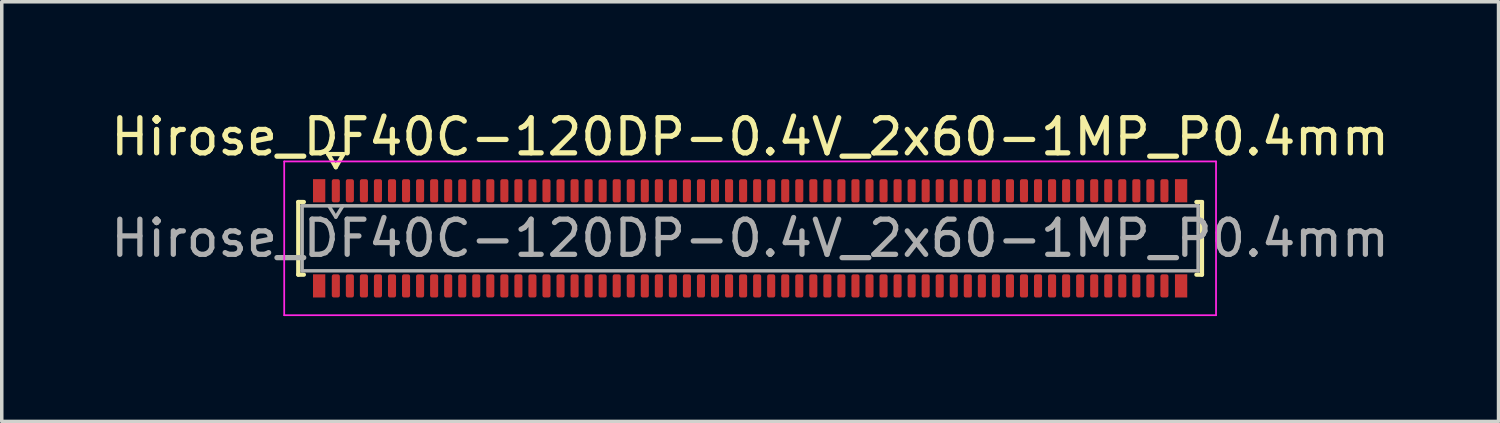
<source format=kicad_pcb>
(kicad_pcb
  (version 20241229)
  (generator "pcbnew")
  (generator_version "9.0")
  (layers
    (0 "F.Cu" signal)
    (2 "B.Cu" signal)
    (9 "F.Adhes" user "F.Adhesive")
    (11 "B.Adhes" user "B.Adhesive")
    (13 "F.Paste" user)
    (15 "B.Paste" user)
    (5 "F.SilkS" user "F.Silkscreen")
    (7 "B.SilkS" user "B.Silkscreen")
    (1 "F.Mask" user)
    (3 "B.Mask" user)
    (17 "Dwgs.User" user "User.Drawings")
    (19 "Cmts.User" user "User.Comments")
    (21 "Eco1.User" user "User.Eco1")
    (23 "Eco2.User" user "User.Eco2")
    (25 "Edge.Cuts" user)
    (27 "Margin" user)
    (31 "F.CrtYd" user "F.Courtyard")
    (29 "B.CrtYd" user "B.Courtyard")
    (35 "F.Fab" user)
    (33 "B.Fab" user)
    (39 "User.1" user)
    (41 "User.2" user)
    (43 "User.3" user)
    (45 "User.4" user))
  (footprint "Hirose_DF40C-120DP-0.4V_2x60-1MP_P0.4mm"
    (layer "F.Cu")
    (at 18.315 3.738)
    (property "Reference" "Hirose_DF40C-120DP-0.4V_2x60-1MP_P0.4mm" (at 0 -2.89 0) (layer "F.SilkS") (effects (font (size 1 1) (thickness 0.15))))
    (attr smd)
    (fp_line (start -12.87 -1.035) (end -12.71 -1.035) (stroke (width 0.12) (type solid)) (layer "F.SilkS"))
    (fp_line (start -12.87 1.035) (end -12.87 -1.035) (stroke (width 0.12) (type solid)) (layer "F.SilkS"))
    (fp_line (start -12.71 1.035) (end -12.87 1.035) (stroke (width 0.12) (type solid)) (layer "F.SilkS"))
    (fp_line (start -12.017 -2.4) (end -11.8 -2.025) (stroke (width 0.12) (type solid)) (layer "F.SilkS"))
    (fp_line (start -11.8 -2.025) (end -11.583 -2.4) (stroke (width 0.12) (type solid)) (layer "F.SilkS"))
    (fp_line (start -11.583 -2.4) (end -12.017 -2.4) (stroke (width 0.12) (type solid)) (layer "F.SilkS"))
    (fp_line (start 12.71 -1.035) (end 12.87 -1.035) (stroke (width 0.12) (type solid)) (layer "F.SilkS"))
    (fp_line (start 12.87 -1.035) (end 12.87 1.035) (stroke (width 0.12) (type solid)) (layer "F.SilkS"))
    (fp_line (start 12.87 1.035) (end 12.71 1.035) (stroke (width 0.12) (type solid)) (layer "F.SilkS"))
    (fp_line (start -13.27 -2.19) (end -13.27 2.19) (stroke (width 0.05) (type solid)) (layer "F.CrtYd"))
    (fp_line (start -13.27 2.19) (end 13.27 2.19) (stroke (width 0.05) (type solid)) (layer "F.CrtYd"))
    (fp_line (start 13.27 -2.19) (end -13.27 -2.19) (stroke (width 0.05) (type solid)) (layer "F.CrtYd"))
    (fp_line (start 13.27 2.19) (end 13.27 -2.19) (stroke (width 0.05) (type solid)) (layer "F.CrtYd"))
    (fp_line (start -12.76 -0.925) (end 12.76 -0.925) (stroke (width 0.1) (type solid)) (layer "F.Fab"))
    (fp_line (start -12.76 0.925) (end -12.76 -0.925) (stroke (width 0.1) (type solid)) (layer "F.Fab"))
    (fp_line (start -12 -0.925) (end -11.8 -0.605) (stroke (width 0.1) (type solid)) (layer "F.Fab"))
    (fp_line (start -11.8 -0.605) (end -11.6 -0.925) (stroke (width 0.1) (type solid)) (layer "F.Fab"))
    (fp_line (start 12.76 -0.925) (end 12.76 0.925) (stroke (width 0.1) (type solid)) (layer "F.Fab"))
    (fp_line (start 12.76 0.925) (end -12.76 0.925) (stroke (width 0.1) (type solid)) (layer "F.Fab"))
    (fp_text user "${REFERENCE}" (at 0 0 0) (layer "F.Fab") (effects (font (size 1 1) (thickness 0.15))))
    (pad "1" smd roundrect (at -11.8 -1.355) (size 0.23 0.66) (layers "F.Cu" "F.Mask" "F.Paste") (roundrect_rratio 0.25))
    (pad "2" smd roundrect (at -11.8 1.355) (size 0.23 0.66) (layers "F.Cu" "F.Mask" "F.Paste") (roundrect_rratio 0.25))
    (pad "3" smd roundrect (at -11.4 -1.355) (size 0.23 0.66) (layers "F.Cu" "F.Mask" "F.Paste") (roundrect_rratio 0.25))
    (pad "4" smd roundrect (at -11.4 1.355) (size 0.23 0.66) (layers "F.Cu" "F.Mask" "F.Paste") (roundrect_rratio 0.25))
    (pad "5" smd roundrect (at -11 -1.355) (size 0.23 0.66) (layers "F.Cu" "F.Mask" "F.Paste") (roundrect_rratio 0.25))
    (pad "6" smd roundrect (at -11 1.355) (size 0.23 0.66) (layers "F.Cu" "F.Mask" "F.Paste") (roundrect_rratio 0.25))
    (pad "7" smd roundrect (at -10.6 -1.355) (size 0.23 0.66) (layers "F.Cu" "F.Mask" "F.Paste") (roundrect_rratio 0.25))
    (pad "8" smd roundrect (at -10.6 1.355) (size 0.23 0.66) (layers "F.Cu" "F.Mask" "F.Paste") (roundrect_rratio 0.25))
    (pad "9" smd roundrect (at -10.2 -1.355) (size 0.23 0.66) (layers "F.Cu" "F.Mask" "F.Paste") (roundrect_rratio 0.25))
    (pad "10" smd roundrect (at -10.2 1.355) (size 0.23 0.66) (layers "F.Cu" "F.Mask" "F.Paste") (roundrect_rratio 0.25))
    (pad "11" smd roundrect (at -9.8 -1.355) (size 0.23 0.66) (layers "F.Cu" "F.Mask" "F.Paste") (roundrect_rratio 0.25))
    (pad "12" smd roundrect (at -9.8 1.355) (size 0.23 0.66) (layers "F.Cu" "F.Mask" "F.Paste") (roundrect_rratio 0.25))
    (pad "13" smd roundrect (at -9.4 -1.355) (size 0.23 0.66) (layers "F.Cu" "F.Mask" "F.Paste") (roundrect_rratio 0.25))
    (pad "14" smd roundrect (at -9.4 1.355) (size 0.23 0.66) (layers "F.Cu" "F.Mask" "F.Paste") (roundrect_rratio 0.25))
    (pad "15" smd roundrect (at -9 -1.355) (size 0.23 0.66) (layers "F.Cu" "F.Mask" "F.Paste") (roundrect_rratio 0.25))
    (pad "16" smd roundrect (at -9 1.355) (size 0.23 0.66) (layers "F.Cu" "F.Mask" "F.Paste") (roundrect_rratio 0.25))
    (pad "17" smd roundrect (at -8.6 -1.355) (size 0.23 0.66) (layers "F.Cu" "F.Mask" "F.Paste") (roundrect_rratio 0.25))
    (pad "18" smd roundrect (at -8.6 1.355) (size 0.23 0.66) (layers "F.Cu" "F.Mask" "F.Paste") (roundrect_rratio 0.25))
    (pad "19" smd roundrect (at -8.2 -1.355) (size 0.23 0.66) (layers "F.Cu" "F.Mask" "F.Paste") (roundrect_rratio 0.25))
    (pad "20" smd roundrect (at -8.2 1.355) (size 0.23 0.66) (layers "F.Cu" "F.Mask" "F.Paste") (roundrect_rratio 0.25))
    (pad "21" smd roundrect (at -7.8 -1.355) (size 0.23 0.66) (layers "F.Cu" "F.Mask" "F.Paste") (roundrect_rratio 0.25))
    (pad "22" smd roundrect (at -7.8 1.355) (size 0.23 0.66) (layers "F.Cu" "F.Mask" "F.Paste") (roundrect_rratio 0.25))
    (pad "23" smd roundrect (at -7.4 -1.355) (size 0.23 0.66) (layers "F.Cu" "F.Mask" "F.Paste") (roundrect_rratio 0.25))
    (pad "24" smd roundrect (at -7.4 1.355) (size 0.23 0.66) (layers "F.Cu" "F.Mask" "F.Paste") (roundrect_rratio 0.25))
    (pad "25" smd roundrect (at -7 -1.355) (size 0.23 0.66) (layers "F.Cu" "F.Mask" "F.Paste") (roundrect_rratio 0.25))
    (pad "26" smd roundrect (at -7 1.355) (size 0.23 0.66) (layers "F.Cu" "F.Mask" "F.Paste") (roundrect_rratio 0.25))
    (pad "27" smd roundrect (at -6.6 -1.355) (size 0.23 0.66) (layers "F.Cu" "F.Mask" "F.Paste") (roundrect_rratio 0.25))
    (pad "28" smd roundrect (at -6.6 1.355) (size 0.23 0.66) (layers "F.Cu" "F.Mask" "F.Paste") (roundrect_rratio 0.25))
    (pad "29" smd roundrect (at -6.2 -1.355) (size 0.23 0.66) (layers "F.Cu" "F.Mask" "F.Paste") (roundrect_rratio 0.25))
    (pad "30" smd roundrect (at -6.2 1.355) (size 0.23 0.66) (layers "F.Cu" "F.Mask" "F.Paste") (roundrect_rratio 0.25))
    (pad "31" smd roundrect (at -5.8 -1.355) (size 0.23 0.66) (layers "F.Cu" "F.Mask" "F.Paste") (roundrect_rratio 0.25))
    (pad "32" smd roundrect (at -5.8 1.355) (size 0.23 0.66) (layers "F.Cu" "F.Mask" "F.Paste") (roundrect_rratio 0.25))
    (pad "33" smd roundrect (at -5.4 -1.355) (size 0.23 0.66) (layers "F.Cu" "F.Mask" "F.Paste") (roundrect_rratio 0.25))
    (pad "34" smd roundrect (at -5.4 1.355) (size 0.23 0.66) (layers "F.Cu" "F.Mask" "F.Paste") (roundrect_rratio 0.25))
    (pad "35" smd roundrect (at -5 -1.355) (size 0.23 0.66) (layers "F.Cu" "F.Mask" "F.Paste") (roundrect_rratio 0.25))
    (pad "36" smd roundrect (at -5 1.355) (size 0.23 0.66) (layers "F.Cu" "F.Mask" "F.Paste") (roundrect_rratio 0.25))
    (pad "37" smd roundrect (at -4.6 -1.355) (size 0.23 0.66) (layers "F.Cu" "F.Mask" "F.Paste") (roundrect_rratio 0.25))
    (pad "38" smd roundrect (at -4.6 1.355) (size 0.23 0.66) (layers "F.Cu" "F.Mask" "F.Paste") (roundrect_rratio 0.25))
    (pad "39" smd roundrect (at -4.2 -1.355) (size 0.23 0.66) (layers "F.Cu" "F.Mask" "F.Paste") (roundrect_rratio 0.25))
    (pad "40" smd roundrect (at -4.2 1.355) (size 0.23 0.66) (layers "F.Cu" "F.Mask" "F.Paste") (roundrect_rratio 0.25))
    (pad "41" smd roundrect (at -3.8 -1.355) (size 0.23 0.66) (layers "F.Cu" "F.Mask" "F.Paste") (roundrect_rratio 0.25))
    (pad "42" smd roundrect (at -3.8 1.355) (size 0.23 0.66) (layers "F.Cu" "F.Mask" "F.Paste") (roundrect_rratio 0.25))
    (pad "43" smd roundrect (at -3.4 -1.355) (size 0.23 0.66) (layers "F.Cu" "F.Mask" "F.Paste") (roundrect_rratio 0.25))
    (pad "44" smd roundrect (at -3.4 1.355) (size 0.23 0.66) (layers "F.Cu" "F.Mask" "F.Paste") (roundrect_rratio 0.25))
    (pad "45" smd roundrect (at -3 -1.355) (size 0.23 0.66) (layers "F.Cu" "F.Mask" "F.Paste") (roundrect_rratio 0.25))
    (pad "46" smd roundrect (at -3 1.355) (size 0.23 0.66) (layers "F.Cu" "F.Mask" "F.Paste") (roundrect_rratio 0.25))
    (pad "47" smd roundrect (at -2.6 -1.355) (size 0.23 0.66) (layers "F.Cu" "F.Mask" "F.Paste") (roundrect_rratio 0.25))
    (pad "48" smd roundrect (at -2.6 1.355) (size 0.23 0.66) (layers "F.Cu" "F.Mask" "F.Paste") (roundrect_rratio 0.25))
    (pad "49" smd roundrect (at -2.2 -1.355) (size 0.23 0.66) (layers "F.Cu" "F.Mask" "F.Paste") (roundrect_rratio 0.25))
    (pad "50" smd roundrect (at -2.2 1.355) (size 0.23 0.66) (layers "F.Cu" "F.Mask" "F.Paste") (roundrect_rratio 0.25))
    (pad "51" smd roundrect (at -1.8 -1.355) (size 0.23 0.66) (layers "F.Cu" "F.Mask" "F.Paste") (roundrect_rratio 0.25))
    (pad "52" smd roundrect (at -1.8 1.355) (size 0.23 0.66) (layers "F.Cu" "F.Mask" "F.Paste") (roundrect_rratio 0.25))
    (pad "53" smd roundrect (at -1.4 -1.355) (size 0.23 0.66) (layers "F.Cu" "F.Mask" "F.Paste") (roundrect_rratio 0.25))
    (pad "54" smd roundrect (at -1.4 1.355) (size 0.23 0.66) (layers "F.Cu" "F.Mask" "F.Paste") (roundrect_rratio 0.25))
    (pad "55" smd roundrect (at -1 -1.355) (size 0.23 0.66) (layers "F.Cu" "F.Mask" "F.Paste") (roundrect_rratio 0.25))
    (pad "56" smd roundrect (at -1 1.355) (size 0.23 0.66) (layers "F.Cu" "F.Mask" "F.Paste") (roundrect_rratio 0.25))
    (pad "57" smd roundrect (at -0.6 -1.355) (size 0.23 0.66) (layers "F.Cu" "F.Mask" "F.Paste") (roundrect_rratio 0.25))
    (pad "58" smd roundrect (at -0.6 1.355) (size 0.23 0.66) (layers "F.Cu" "F.Mask" "F.Paste") (roundrect_rratio 0.25))
    (pad "59" smd roundrect (at -0.2 -1.355) (size 0.23 0.66) (layers "F.Cu" "F.Mask" "F.Paste") (roundrect_rratio 0.25))
    (pad "60" smd roundrect (at -0.2 1.355) (size 0.23 0.66) (layers "F.Cu" "F.Mask" "F.Paste") (roundrect_rratio 0.25))
    (pad "61" smd roundrect (at 0.2 -1.355) (size 0.23 0.66) (layers "F.Cu" "F.Mask" "F.Paste") (roundrect_rratio 0.25))
    (pad "62" smd roundrect (at 0.2 1.355) (size 0.23 0.66) (layers "F.Cu" "F.Mask" "F.Paste") (roundrect_rratio 0.25))
    (pad "63" smd roundrect (at 0.6 -1.355) (size 0.23 0.66) (layers "F.Cu" "F.Mask" "F.Paste") (roundrect_rratio 0.25))
    (pad "64" smd roundrect (at 0.6 1.355) (size 0.23 0.66) (layers "F.Cu" "F.Mask" "F.Paste") (roundrect_rratio 0.25))
    (pad "65" smd roundrect (at 1 -1.355) (size 0.23 0.66) (layers "F.Cu" "F.Mask" "F.Paste") (roundrect_rratio 0.25))
    (pad "66" smd roundrect (at 1 1.355) (size 0.23 0.66) (layers "F.Cu" "F.Mask" "F.Paste") (roundrect_rratio 0.25))
    (pad "67" smd roundrect (at 1.4 -1.355) (size 0.23 0.66) (layers "F.Cu" "F.Mask" "F.Paste") (roundrect_rratio 0.25))
    (pad "68" smd roundrect (at 1.4 1.355) (size 0.23 0.66) (layers "F.Cu" "F.Mask" "F.Paste") (roundrect_rratio 0.25))
    (pad "69" smd roundrect (at 1.8 -1.355) (size 0.23 0.66) (layers "F.Cu" "F.Mask" "F.Paste") (roundrect_rratio 0.25))
    (pad "70" smd roundrect (at 1.8 1.355) (size 0.23 0.66) (layers "F.Cu" "F.Mask" "F.Paste") (roundrect_rratio 0.25))
    (pad "71" smd roundrect (at 2.2 -1.355) (size 0.23 0.66) (layers "F.Cu" "F.Mask" "F.Paste") (roundrect_rratio 0.25))
    (pad "72" smd roundrect (at 2.2 1.355) (size 0.23 0.66) (layers "F.Cu" "F.Mask" "F.Paste") (roundrect_rratio 0.25))
    (pad "73" smd roundrect (at 2.6 -1.355) (size 0.23 0.66) (layers "F.Cu" "F.Mask" "F.Paste") (roundrect_rratio 0.25))
    (pad "74" smd roundrect (at 2.6 1.355) (size 0.23 0.66) (layers "F.Cu" "F.Mask" "F.Paste") (roundrect_rratio 0.25))
    (pad "75" smd roundrect (at 3 -1.355) (size 0.23 0.66) (layers "F.Cu" "F.Mask" "F.Paste") (roundrect_rratio 0.25))
    (pad "76" smd roundrect (at 3 1.355) (size 0.23 0.66) (layers "F.Cu" "F.Mask" "F.Paste") (roundrect_rratio 0.25))
    (pad "77" smd roundrect (at 3.4 -1.355) (size 0.23 0.66) (layers "F.Cu" "F.Mask" "F.Paste") (roundrect_rratio 0.25))
    (pad "78" smd roundrect (at 3.4 1.355) (size 0.23 0.66) (layers "F.Cu" "F.Mask" "F.Paste") (roundrect_rratio 0.25))
    (pad "79" smd roundrect (at 3.8 -1.355) (size 0.23 0.66) (layers "F.Cu" "F.Mask" "F.Paste") (roundrect_rratio 0.25))
    (pad "80" smd roundrect (at 3.8 1.355) (size 0.23 0.66) (layers "F.Cu" "F.Mask" "F.Paste") (roundrect_rratio 0.25))
    (pad "81" smd roundrect (at 4.2 -1.355) (size 0.23 0.66) (layers "F.Cu" "F.Mask" "F.Paste") (roundrect_rratio 0.25))
    (pad "82" smd roundrect (at 4.2 1.355) (size 0.23 0.66) (layers "F.Cu" "F.Mask" "F.Paste") (roundrect_rratio 0.25))
    (pad "83" smd roundrect (at 4.6 -1.355) (size 0.23 0.66) (layers "F.Cu" "F.Mask" "F.Paste") (roundrect_rratio 0.25))
    (pad "84" smd roundrect (at 4.6 1.355) (size 0.23 0.66) (layers "F.Cu" "F.Mask" "F.Paste") (roundrect_rratio 0.25))
    (pad "85" smd roundrect (at 5 -1.355) (size 0.23 0.66) (layers "F.Cu" "F.Mask" "F.Paste") (roundrect_rratio 0.25))
    (pad "86" smd roundrect (at 5 1.355) (size 0.23 0.66) (layers "F.Cu" "F.Mask" "F.Paste") (roundrect_rratio 0.25))
    (pad "87" smd roundrect (at 5.4 -1.355) (size 0.23 0.66) (layers "F.Cu" "F.Mask" "F.Paste") (roundrect_rratio 0.25))
    (pad "88" smd roundrect (at 5.4 1.355) (size 0.23 0.66) (layers "F.Cu" "F.Mask" "F.Paste") (roundrect_rratio 0.25))
    (pad "89" smd roundrect (at 5.8 -1.355) (size 0.23 0.66) (layers "F.Cu" "F.Mask" "F.Paste") (roundrect_rratio 0.25))
    (pad "90" smd roundrect (at 5.8 1.355) (size 0.23 0.66) (layers "F.Cu" "F.Mask" "F.Paste") (roundrect_rratio 0.25))
    (pad "91" smd roundrect (at 6.2 -1.355) (size 0.23 0.66) (layers "F.Cu" "F.Mask" "F.Paste") (roundrect_rratio 0.25))
    (pad "92" smd roundrect (at 6.2 1.355) (size 0.23 0.66) (layers "F.Cu" "F.Mask" "F.Paste") (roundrect_rratio 0.25))
    (pad "93" smd roundrect (at 6.6 -1.355) (size 0.23 0.66) (layers "F.Cu" "F.Mask" "F.Paste") (roundrect_rratio 0.25))
    (pad "94" smd roundrect (at 6.6 1.355) (size 0.23 0.66) (layers "F.Cu" "F.Mask" "F.Paste") (roundrect_rratio 0.25))
    (pad "95" smd roundrect (at 7 -1.355) (size 0.23 0.66) (layers "F.Cu" "F.Mask" "F.Paste") (roundrect_rratio 0.25))
    (pad "96" smd roundrect (at 7 1.355) (size 0.23 0.66) (layers "F.Cu" "F.Mask" "F.Paste") (roundrect_rratio 0.25))
    (pad "97" smd roundrect (at 7.4 -1.355) (size 0.23 0.66) (layers "F.Cu" "F.Mask" "F.Paste") (roundrect_rratio 0.25))
    (pad "98" smd roundrect (at 7.4 1.355) (size 0.23 0.66) (layers "F.Cu" "F.Mask" "F.Paste") (roundrect_rratio 0.25))
    (pad "99" smd roundrect (at 7.8 -1.355) (size 0.23 0.66) (layers "F.Cu" "F.Mask" "F.Paste") (roundrect_rratio 0.25))
    (pad "100" smd roundrect (at 7.8 1.355) (size 0.23 0.66) (layers "F.Cu" "F.Mask" "F.Paste") (roundrect_rratio 0.25))
    (pad "101" smd roundrect (at 8.2 -1.355) (size 0.23 0.66) (layers "F.Cu" "F.Mask" "F.Paste") (roundrect_rratio 0.25))
    (pad "102" smd roundrect (at 8.2 1.355) (size 0.23 0.66) (layers "F.Cu" "F.Mask" "F.Paste") (roundrect_rratio 0.25))
    (pad "103" smd roundrect (at 8.6 -1.355) (size 0.23 0.66) (layers "F.Cu" "F.Mask" "F.Paste") (roundrect_rratio 0.25))
    (pad "104" smd roundrect (at 8.6 1.355) (size 0.23 0.66) (layers "F.Cu" "F.Mask" "F.Paste") (roundrect_rratio 0.25))
    (pad "105" smd roundrect (at 9 -1.355) (size 0.23 0.66) (layers "F.Cu" "F.Mask" "F.Paste") (roundrect_rratio 0.25))
    (pad "106" smd roundrect (at 9 1.355) (size 0.23 0.66) (layers "F.Cu" "F.Mask" "F.Paste") (roundrect_rratio 0.25))
    (pad "107" smd roundrect (at 9.4 -1.355) (size 0.23 0.66) (layers "F.Cu" "F.Mask" "F.Paste") (roundrect_rratio 0.25))
    (pad "108" smd roundrect (at 9.4 1.355) (size 0.23 0.66) (layers "F.Cu" "F.Mask" "F.Paste") (roundrect_rratio 0.25))
    (pad "109" smd roundrect (at 9.8 -1.355) (size 0.23 0.66) (layers "F.Cu" "F.Mask" "F.Paste") (roundrect_rratio 0.25))
    (pad "110" smd roundrect (at 9.8 1.355) (size 0.23 0.66) (layers "F.Cu" "F.Mask" "F.Paste") (roundrect_rratio 0.25))
    (pad "111" smd roundrect (at 10.2 -1.355) (size 0.23 0.66) (layers "F.Cu" "F.Mask" "F.Paste") (roundrect_rratio 0.25))
    (pad "112" smd roundrect (at 10.2 1.355) (size 0.23 0.66) (layers "F.Cu" "F.Mask" "F.Paste") (roundrect_rratio 0.25))
    (pad "113" smd roundrect (at 10.6 -1.355) (size 0.23 0.66) (layers "F.Cu" "F.Mask" "F.Paste") (roundrect_rratio 0.25))
    (pad "114" smd roundrect (at 10.6 1.355) (size 0.23 0.66) (layers "F.Cu" "F.Mask" "F.Paste") (roundrect_rratio 0.25))
    (pad "115" smd roundrect (at 11 -1.355) (size 0.23 0.66) (layers "F.Cu" "F.Mask" "F.Paste") (roundrect_rratio 0.25))
    (pad "116" smd roundrect (at 11 1.355) (size 0.23 0.66) (layers "F.Cu" "F.Mask" "F.Paste") (roundrect_rratio 0.25))
    (pad "117" smd roundrect (at 11.4 -1.355) (size 0.23 0.66) (layers "F.Cu" "F.Mask" "F.Paste") (roundrect_rratio 0.25))
    (pad "118" smd roundrect (at 11.4 1.355) (size 0.23 0.66) (layers "F.Cu" "F.Mask" "F.Paste") (roundrect_rratio 0.25))
    (pad "119" smd roundrect (at 11.8 -1.355) (size 0.23 0.66) (layers "F.Cu" "F.Mask" "F.Paste") (roundrect_rratio 0.25))
    (pad "120" smd roundrect (at 11.8 1.355) (size 0.23 0.66) (layers "F.Cu" "F.Mask" "F.Paste") (roundrect_rratio 0.25))
    (pad "MP" smd rect (at -12.275 -1.355) (size 0.35 0.66) (layers "F.Cu" "F.Mask" "F.Paste"))
    (pad "MP" smd rect (at -12.275 1.355) (size 0.35 0.66) (layers "F.Cu" "F.Mask" "F.Paste"))
    (pad "MP" smd rect (at 12.275 -1.355) (size 0.35 0.66) (layers "F.Cu" "F.Mask" "F.Paste"))
    (pad "MP" smd rect (at 12.275 1.355) (size 0.35 0.66) (layers "F.Cu" "F.Mask" "F.Paste")))
  (gr_rect
    (start -3 -3)
    (end 39.631 8.953)
    (stroke (width 0.1) (type default))
    (fill no)
    (layer "Edge.Cuts")))
</source>
